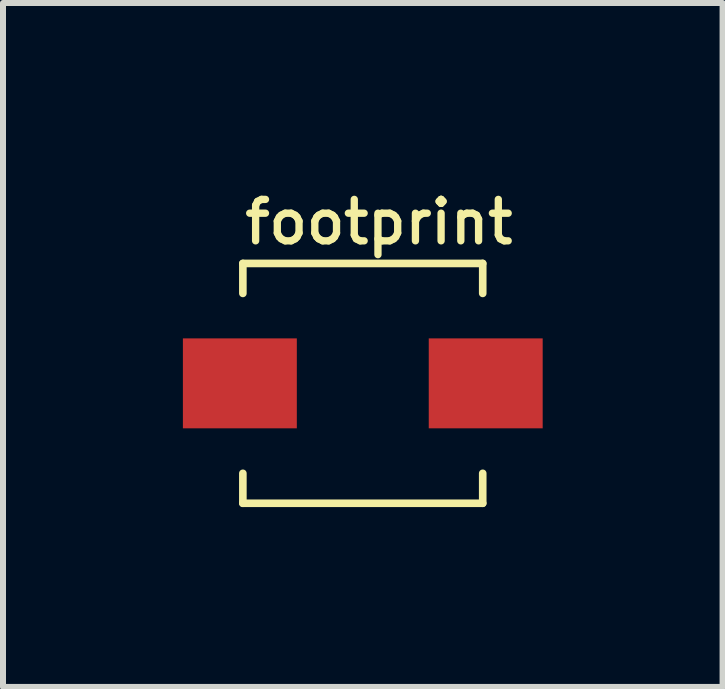
<source format=kicad_pcb>
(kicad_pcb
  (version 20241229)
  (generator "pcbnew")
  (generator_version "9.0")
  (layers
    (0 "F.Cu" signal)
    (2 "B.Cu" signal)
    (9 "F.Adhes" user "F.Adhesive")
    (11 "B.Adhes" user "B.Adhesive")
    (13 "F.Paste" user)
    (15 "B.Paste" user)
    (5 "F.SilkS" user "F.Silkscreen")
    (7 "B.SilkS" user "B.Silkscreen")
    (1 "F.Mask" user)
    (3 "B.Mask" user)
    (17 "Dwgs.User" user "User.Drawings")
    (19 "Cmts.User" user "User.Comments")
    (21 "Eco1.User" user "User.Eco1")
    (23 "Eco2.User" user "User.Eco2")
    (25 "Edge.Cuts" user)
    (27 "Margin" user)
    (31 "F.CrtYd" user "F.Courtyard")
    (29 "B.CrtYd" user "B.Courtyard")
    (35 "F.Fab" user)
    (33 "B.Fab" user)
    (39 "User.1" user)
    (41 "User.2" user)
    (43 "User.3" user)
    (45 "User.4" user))
  (footprint "footprint"
    (layer "F.Cu")
    (at 3 3.343)
    (property "Reference" "footprint" (at -2.032 -2.286 0) (layer "F.SilkS") (effects (font (size 0.691 0.691) (thickness 0.122)) (justify left bottom)))
    (fp_line (start -2 -2) (end -2 -1.5) (stroke (width 0.127) (type solid)) (layer "F.SilkS"))
    (fp_line (start -2 -2) (end 2 -2) (stroke (width 0.127) (type solid)) (layer "F.SilkS"))
    (fp_line (start -2 2) (end -2 1.5) (stroke (width 0.127) (type solid)) (layer "F.SilkS"))
    (fp_line (start 2 -2) (end 2 -1.5) (stroke (width 0.127) (type solid)) (layer "F.SilkS"))
    (fp_line (start 2 2) (end -2 2) (stroke (width 0.127) (type solid)) (layer "F.SilkS"))
    (fp_line (start 2 2) (end 2 1.5) (stroke (width 0.127) (type solid)) (layer "F.SilkS"))
    (pad "P$1" smd rect (at -2.05 0 90) (size 1.5 1.9) (layers "F.Cu" "F.Mask" "F.Paste"))
    (pad "P$2" smd rect (at 2.05 0 90) (size 1.5 1.9) (layers "F.Cu" "F.Mask" "F.Paste")))
  (gr_rect
    (start -3 -3)
    (end 9 8.406)
    (stroke (width 0.1) (type default))
    (fill no)
    (layer "Edge.Cuts")))
</source>
